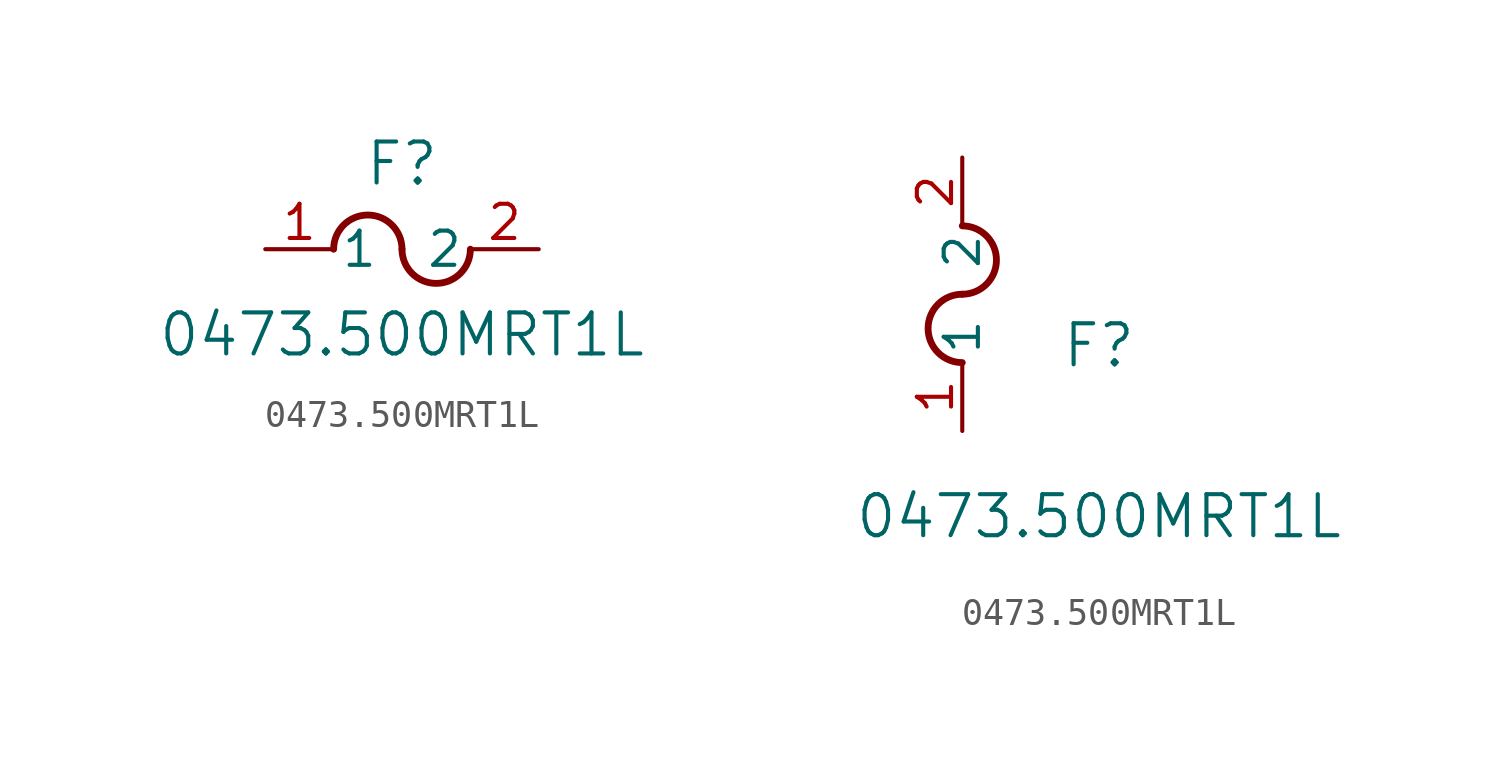
<source format=kicad_sym>
(kicad_symbol_lib
  (version 20211014)
  (generator kicad_symbol_editor)
  (symbol "0473.500MRT1L"
    (pin_names
      (offset 0.254))
    (property "Reference" "F"
      (at 5.08 3.175 0)
      (effects (font (size 1.524 1.524))))
    (property "Value" "0473.500MRT1L"
      (at 5.08 -3.175 0)
      (effects (font (size 1.524 1.524))))
    (symbol "0473.500MRT1L_1_1"
      (arc (start 5.08 0) (mid 3.81 1.27) (end 2.54 0) (stroke (width 0.254) (type default) (color 0 0 0 0)) (fill (type none)))
      (arc (start 5.08 0) (mid 6.35 -1.27) (end 7.62 0) (stroke (width 0.254) (type default) (color 0 0 0 0)) (fill (type none)))
      (pin unspecified line (at 0 0 0) (length 2.54) (name "1" (effects (font (size 1.27 1.27)))) (number "1" (effects (font (size 1.27 1.27)))))
      (pin unspecified line (at 10.16 0 180) (length 2.54) (name "2" (effects (font (size 1.27 1.27)))) (number "2" (effects (font (size 1.27 1.27))))))
    (symbol "0473.500MRT1L_1_2"
      (arc (start 0 5.08) (mid -1.27 3.81) (end 0 2.54) (stroke (width 0.254) (type default) (color 0 0 0 0)) (fill (type none)))
      (arc (start 0 5.08) (mid 1.27 6.35) (end 0 7.62) (stroke (width 0.254) (type default) (color 0 0 0 0)) (fill (type none)))
      (pin unspecified line (at 0 0 90) (length 2.54) (name "1" (effects (font (size 1.27 1.27)))) (number "1" (effects (font (size 1.27 1.27)))))
      (pin unspecified line (at 0 10.16 270) (length 2.54) (name "2" (effects (font (size 1.27 1.27)))) (number "2" (effects (font (size 1.27 1.27))))))))
</source>
